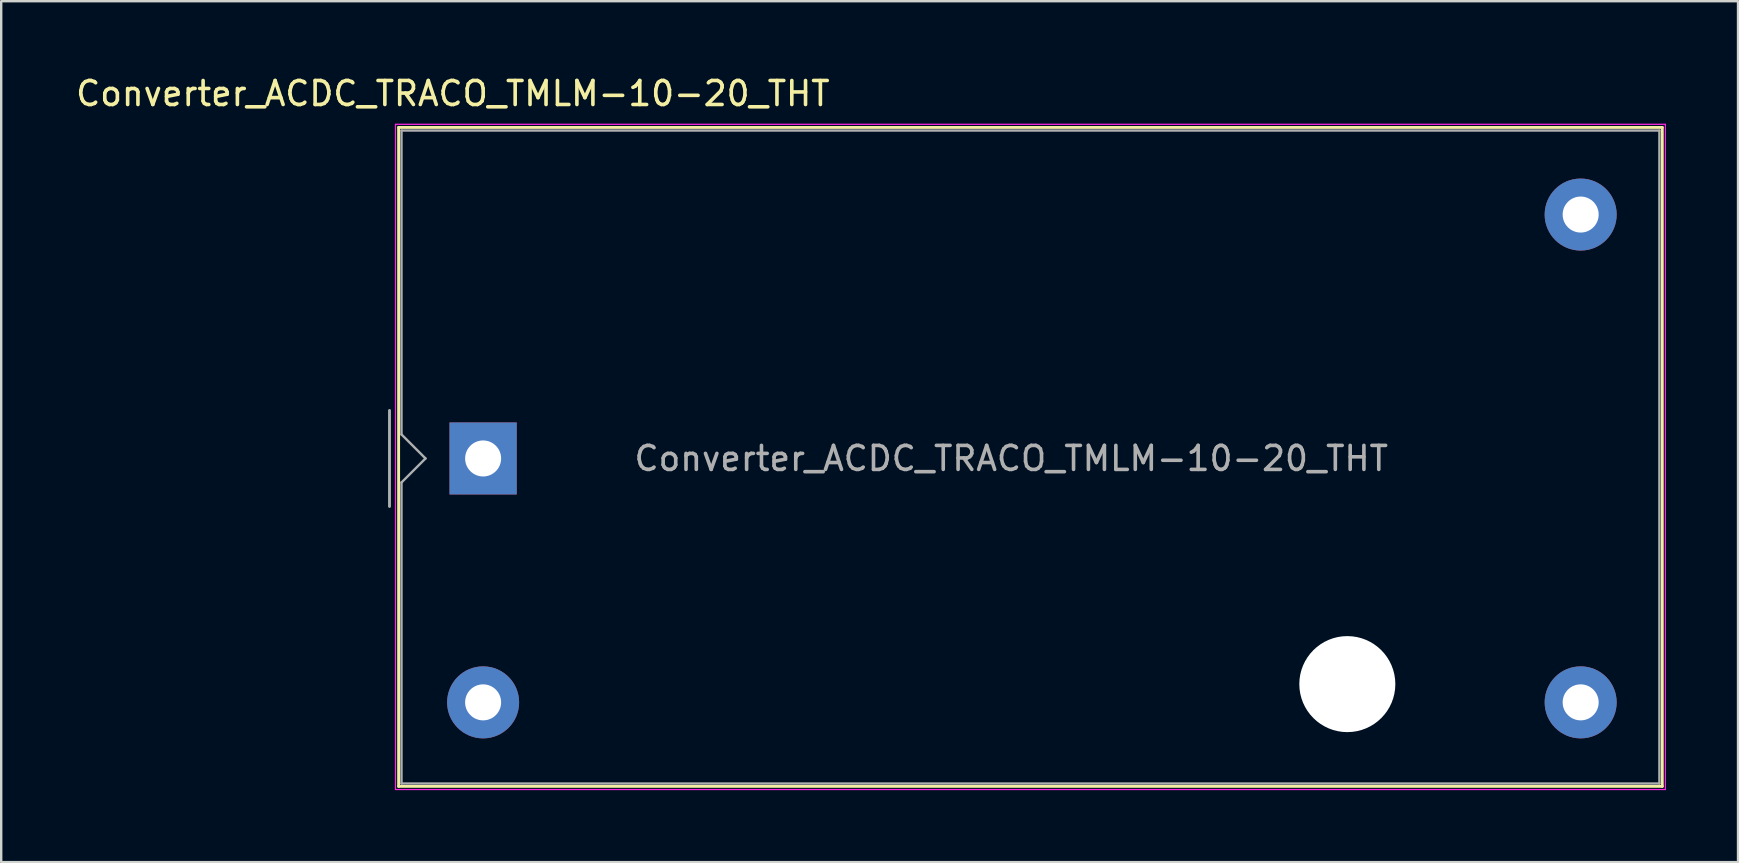
<source format=kicad_pcb>
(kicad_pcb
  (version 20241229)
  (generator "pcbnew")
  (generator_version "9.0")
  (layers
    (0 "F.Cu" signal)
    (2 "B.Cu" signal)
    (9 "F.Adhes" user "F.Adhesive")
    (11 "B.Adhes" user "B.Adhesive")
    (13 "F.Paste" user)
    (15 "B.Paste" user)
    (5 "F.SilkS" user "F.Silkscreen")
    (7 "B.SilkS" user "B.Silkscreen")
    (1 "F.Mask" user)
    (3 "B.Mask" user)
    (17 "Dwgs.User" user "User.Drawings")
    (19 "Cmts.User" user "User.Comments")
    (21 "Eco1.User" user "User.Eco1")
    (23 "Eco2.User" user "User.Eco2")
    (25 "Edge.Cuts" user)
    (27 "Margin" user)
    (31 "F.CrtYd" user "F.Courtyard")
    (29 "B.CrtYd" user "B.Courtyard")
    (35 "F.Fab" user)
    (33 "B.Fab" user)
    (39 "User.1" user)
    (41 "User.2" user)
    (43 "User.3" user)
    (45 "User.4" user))
  (footprint "Converter_ACDC_TRACO_TMLM-10-20_THT"
    (layer "F.Cu")
    (at 17.075 16.048)
    (property "Reference" "Converter_ACDC_TRACO_TMLM-10-20_THT" (at -1.26 -15.2 0) (layer "F.SilkS") (effects (font (size 1 1) (thickness 0.15))))
    (attr through_hole)
    (fp_line (start -3.52 -13.79) (end 49.12 -13.79) (stroke (width 0.12) (type solid)) (layer "F.SilkS"))
    (fp_line (start -3.52 13.66) (end -3.52 -13.79) (stroke (width 0.12) (type solid)) (layer "F.SilkS"))
    (fp_line (start 49.12 -13.79) (end 49.12 13.66) (stroke (width 0.12) (type solid)) (layer "F.SilkS"))
    (fp_line (start 49.12 13.66) (end -3.52 13.66) (stroke (width 0.12) (type solid)) (layer "F.SilkS"))
    (fp_line (start -3.65 -13.92) (end -3.65 13.79) (stroke (width 0.05) (type solid)) (layer "F.CrtYd"))
    (fp_line (start -3.65 -13.92) (end 49.25 -13.92) (stroke (width 0.05) (type solid)) (layer "F.CrtYd"))
    (fp_line (start -3.65 13.79) (end 49.25 13.79) (stroke (width 0.05) (type solid)) (layer "F.CrtYd"))
    (fp_line (start 49.25 -13.92) (end 49.25 13.79) (stroke (width 0.05) (type solid)) (layer "F.CrtYd"))
    (fp_line (start -3.9 -2) (end -3.9 2) (stroke (width 0.12) (type solid)) (layer "F.Fab"))
    (fp_line (start -3.4 -13.66) (end 49 -13.66) (stroke (width 0.1) (type solid)) (layer "F.Fab"))
    (fp_line (start -3.4 -1) (end -3.4 -13.66) (stroke (width 0.1) (type solid)) (layer "F.Fab"))
    (fp_line (start -3.4 13.54) (end -3.4 1) (stroke (width 0.1) (type solid)) (layer "F.Fab"))
    (fp_line (start -2.4 0) (end -3.4 -1) (stroke (width 0.1) (type solid)) (layer "F.Fab"))
    (fp_line (start -2.4 0) (end -3.4 1) (stroke (width 0.1) (type solid)) (layer "F.Fab"))
    (fp_line (start 49 -13.66) (end 49 13.54) (stroke (width 0.1) (type solid)) (layer "F.Fab"))
    (fp_line (start 49 13.54) (end -3.4 13.54) (stroke (width 0.1) (type solid)) (layer "F.Fab"))
    (fp_text user "${REFERENCE}" (at 22 0 0) (layer "F.Fab") (effects (font (size 1 1) (thickness 0.15))))
    (pad "" np_thru_hole circle (at 36 9.4) (size 4 4) (drill 4) (layers "*.Cu" "*.Mask"))
    (pad "1" thru_hole rect (at 0 0) (size 2.8 3) (drill 1.5) (layers "*.Cu" "*.Mask"))
    (pad "2" thru_hole circle (at 0 10.16) (size 3 3) (drill 1.5) (layers "*.Cu" "*.Mask"))
    (pad "3" thru_hole circle (at 45.72 10.16) (size 3 3) (drill 1.5) (layers "*.Cu" "*.Mask"))
    (pad "4" thru_hole circle (at 45.72 -10.16) (size 3 3) (drill 1.5) (layers "*.Cu" "*.Mask")))
  (gr_rect
    (start -3 -3)
    (end 69.35 32.863)
    (stroke (width 0.1) (type default))
    (fill no)
    (layer "Edge.Cuts")))
</source>
